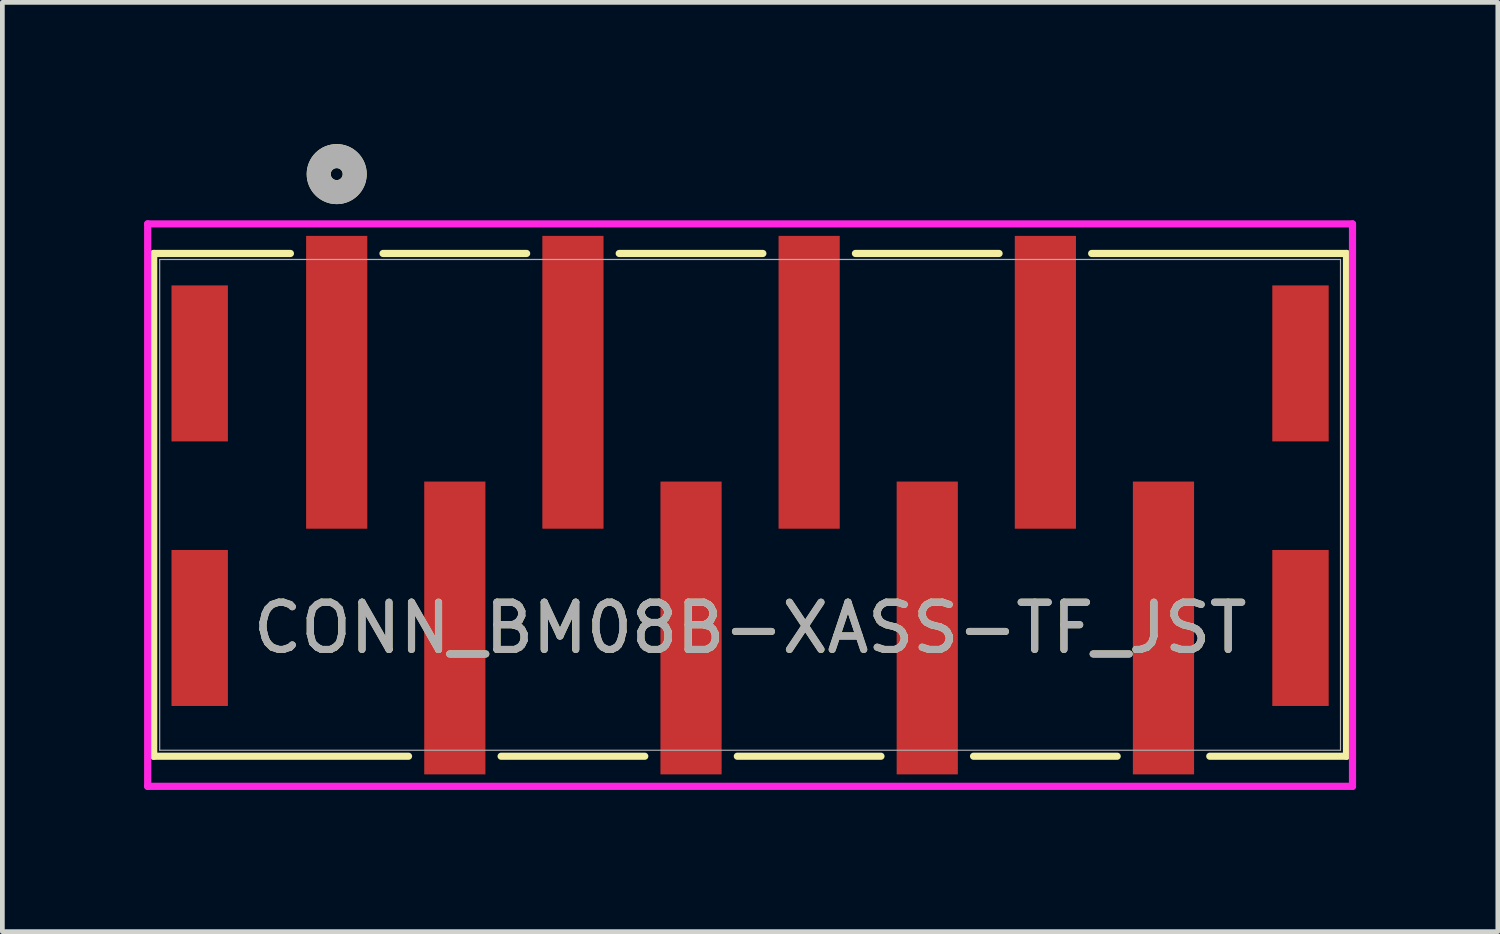
<source format=kicad_pcb>
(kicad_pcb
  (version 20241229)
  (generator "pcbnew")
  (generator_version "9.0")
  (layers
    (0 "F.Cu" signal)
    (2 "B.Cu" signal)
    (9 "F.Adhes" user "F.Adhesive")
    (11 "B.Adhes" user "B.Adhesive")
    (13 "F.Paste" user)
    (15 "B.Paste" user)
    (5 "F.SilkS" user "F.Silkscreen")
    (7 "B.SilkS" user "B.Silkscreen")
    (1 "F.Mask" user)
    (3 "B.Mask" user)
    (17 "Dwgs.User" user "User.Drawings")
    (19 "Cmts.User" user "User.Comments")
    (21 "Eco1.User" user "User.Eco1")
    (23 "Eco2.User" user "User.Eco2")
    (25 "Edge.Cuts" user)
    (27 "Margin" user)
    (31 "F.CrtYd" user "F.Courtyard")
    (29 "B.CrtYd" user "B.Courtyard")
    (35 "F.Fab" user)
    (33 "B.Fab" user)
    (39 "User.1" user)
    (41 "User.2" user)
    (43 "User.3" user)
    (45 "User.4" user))
  (footprint "CONN_BM08B-XASS-TF_JST"
    (layer "F.Cu")
    (at 12.827 7.636)
    (property "Reference" "CONN_BM08B-XASS-TF_JST" (at 0 2.606 0) (unlocked yes) (layer "F.SilkS") (effects (font (size 1 1) (thickness 0.15))))
    (attr smd)
    (fp_line (start -12.624 -5.321) (end -12.624 5.321) (stroke (width 0.152) (type solid)) (layer "F.SilkS"))
    (fp_line (start -12.624 5.321) (end -7.23 5.321) (stroke (width 0.152) (type solid)) (layer "F.SilkS"))
    (fp_line (start -9.73 -5.321) (end -12.624 -5.321) (stroke (width 0.152) (type solid)) (layer "F.SilkS"))
    (fp_line (start -5.27 5.321) (end -2.23 5.321) (stroke (width 0.152) (type solid)) (layer "F.SilkS"))
    (fp_line (start -4.73 -5.321) (end -7.77 -5.321) (stroke (width 0.152) (type solid)) (layer "F.SilkS"))
    (fp_line (start -0.27 5.321) (end 2.77 5.321) (stroke (width 0.152) (type solid)) (layer "F.SilkS"))
    (fp_line (start 0.27 -5.321) (end -2.77 -5.321) (stroke (width 0.152) (type solid)) (layer "F.SilkS"))
    (fp_line (start 4.73 5.321) (end 7.77 5.321) (stroke (width 0.152) (type solid)) (layer "F.SilkS"))
    (fp_line (start 5.27 -5.321) (end 2.23 -5.321) (stroke (width 0.152) (type solid)) (layer "F.SilkS"))
    (fp_line (start 9.73 5.321) (end 12.624 5.321) (stroke (width 0.152) (type solid)) (layer "F.SilkS"))
    (fp_line (start 12.624 -5.321) (end 7.23 -5.321) (stroke (width 0.152) (type solid)) (layer "F.SilkS"))
    (fp_line (start 12.624 5.321) (end 12.624 -5.321) (stroke (width 0.152) (type solid)) (layer "F.SilkS"))
    (fp_circle (center -8.75 -7.001) (end -8.369 -7.001) (stroke (width 0.508) (type solid)) (fill no) (layer "F.SilkS"))
    (fp_line (start -12.751 -5.947) (end -12.751 5.958) (stroke (width 0.152) (type solid)) (layer "F.CrtYd"))
    (fp_line (start -12.751 5.958) (end 12.751 5.958) (stroke (width 0.152) (type solid)) (layer "F.CrtYd"))
    (fp_line (start 12.751 -5.947) (end -12.751 -5.947) (stroke (width 0.152) (type solid)) (layer "F.CrtYd"))
    (fp_line (start 12.751 5.958) (end 12.751 -5.947) (stroke (width 0.152) (type solid)) (layer "F.CrtYd"))
    (fp_line (start -12.497 -5.194) (end -12.497 5.194) (stroke (width 0.025) (type solid)) (layer "F.Fab"))
    (fp_line (start -12.497 5.194) (end 12.497 5.194) (stroke (width 0.025) (type solid)) (layer "F.Fab"))
    (fp_line (start 12.497 -5.194) (end -12.497 -5.194) (stroke (width 0.025) (type solid)) (layer "F.Fab"))
    (fp_line (start 12.497 5.194) (end 12.497 -5.194) (stroke (width 0.025) (type solid)) (layer "F.Fab"))
    (fp_circle (center -8.75 -7) (end -8.369 -7) (stroke (width 0.508) (type solid)) (fill no) (layer "F.Fab"))
    (fp_text user "${REFERENCE}" (at 0 2.606 0) (unlocked yes) (layer "F.Fab") (effects (font (size 1 1) (thickness 0.15))))
    (pad "1" smd rect (at -8.75 -2.594) (size 1.295 6.198) (layers "F.Cu" "F.Mask" "F.Paste"))
    (pad "2" smd rect (at -6.25 2.606) (size 1.295 6.198) (layers "F.Cu" "F.Mask" "F.Paste"))
    (pad "3" smd rect (at -3.75 -2.594) (size 1.295 6.198) (layers "F.Cu" "F.Mask" "F.Paste"))
    (pad "4" smd rect (at -1.25 2.606) (size 1.295 6.198) (layers "F.Cu" "F.Mask" "F.Paste"))
    (pad "5" smd rect (at 1.25 -2.594) (size 1.295 6.198) (layers "F.Cu" "F.Mask" "F.Paste"))
    (pad "6" smd rect (at 3.75 2.606) (size 1.295 6.198) (layers "F.Cu" "F.Mask" "F.Paste"))
    (pad "7" smd rect (at 6.25 -2.594) (size 1.295 6.198) (layers "F.Cu" "F.Mask" "F.Paste"))
    (pad "8" smd rect (at 8.75 2.606) (size 1.295 6.198) (layers "F.Cu" "F.Mask" "F.Paste"))
    (pad "9" smd rect (at -11.65 -2.994) (size 1.194 3.302) (layers "F.Cu" "F.Mask" "F.Paste"))
    (pad "10" smd rect (at 11.65 -2.994) (size 1.194 3.302) (layers "F.Cu" "F.Mask" "F.Paste"))
    (pad "11" smd rect (at -11.65 2.606) (size 1.194 3.302) (layers "F.Cu" "F.Mask" "F.Paste"))
    (pad "12" smd rect (at 11.65 2.606) (size 1.194 3.302) (layers "F.Cu" "F.Mask" "F.Paste")))
  (gr_rect
    (start -3 -3)
    (end 28.654 16.67)
    (stroke (width 0.1) (type default))
    (fill no)
    (layer "Edge.Cuts")))
</source>
